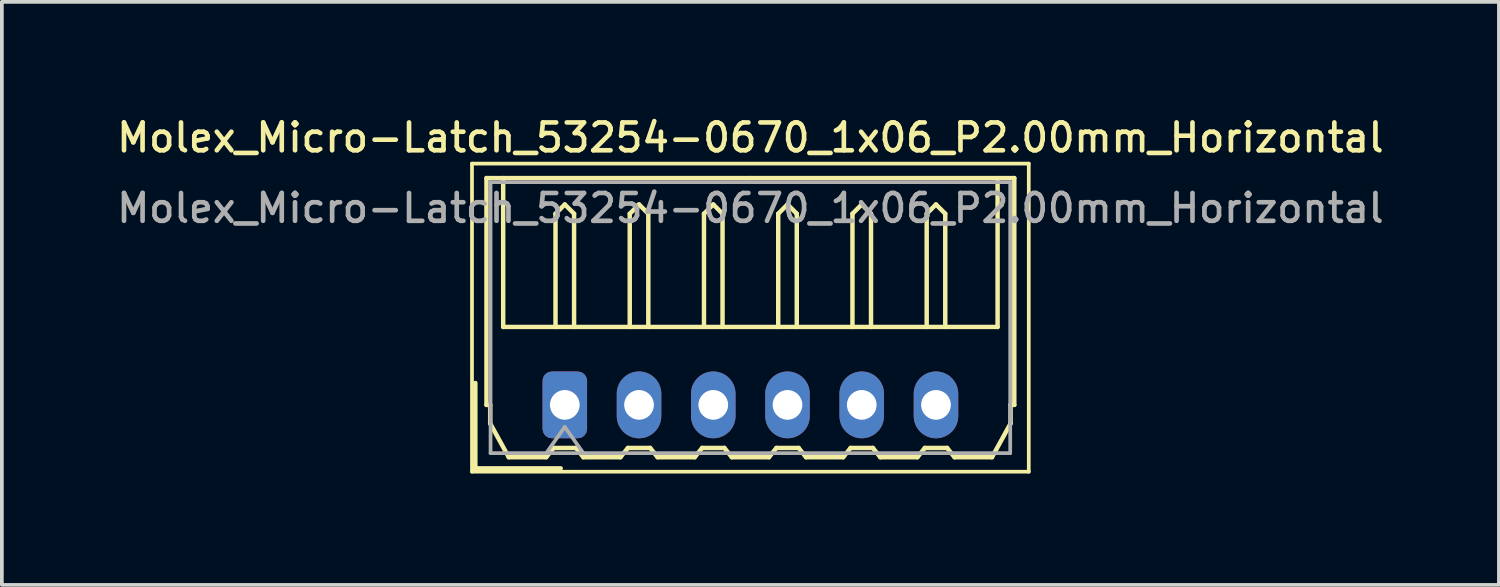
<source format=kicad_pcb>
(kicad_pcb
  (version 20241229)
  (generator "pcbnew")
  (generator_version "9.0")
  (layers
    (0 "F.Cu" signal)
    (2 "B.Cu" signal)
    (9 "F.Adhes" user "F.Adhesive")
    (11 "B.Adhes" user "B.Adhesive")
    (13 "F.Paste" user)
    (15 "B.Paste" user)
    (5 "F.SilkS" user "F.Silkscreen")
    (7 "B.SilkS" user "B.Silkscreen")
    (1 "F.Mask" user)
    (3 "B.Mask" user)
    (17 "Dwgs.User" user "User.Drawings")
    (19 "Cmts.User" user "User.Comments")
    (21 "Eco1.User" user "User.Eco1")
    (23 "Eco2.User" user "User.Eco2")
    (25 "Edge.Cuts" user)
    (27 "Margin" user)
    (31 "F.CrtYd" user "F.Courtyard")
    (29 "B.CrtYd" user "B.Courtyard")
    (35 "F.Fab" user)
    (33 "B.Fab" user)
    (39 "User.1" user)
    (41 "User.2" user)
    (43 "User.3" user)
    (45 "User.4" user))
  (footprint "Molex_Micro-Latch_53254-0670_1x06_P2.00mm_Horizontal"
    (layer "F.Cu")
    (at 12.166 7.858)
    (property "Reference" "Molex_Micro-Latch_53254-0670_1x06_P2.00mm_Horizontal" (at 5 -7.2 0) (layer "F.SilkS") (effects (font (size 0.75 0.75) (thickness 0.125))))
    (attr through_hole)
    (fp_line (start -2.5 -6.5) (end -2.5 1.8) (stroke (width 0.1) (type solid)) (layer "F.SilkS"))
    (fp_line (start -2.5 1.8) (end 12.5 1.8) (stroke (width 0.1) (type solid)) (layer "F.SilkS"))
    (fp_line (start -2.41 1.71) (end -2.41 -0.59) (stroke (width 0.12) (type solid)) (layer "F.SilkS"))
    (fp_line (start -2.11 -6.11) (end 5 -6.11) (stroke (width 0.12) (type solid)) (layer "F.SilkS"))
    (fp_line (start -2.11 0) (end -2.11 -6.11) (stroke (width 0.12) (type solid)) (layer "F.SilkS"))
    (fp_line (start -2.01 0) (end -2.11 0) (stroke (width 0.12) (type solid)) (layer "F.SilkS"))
    (fp_line (start -2.01 0.5) (end -2.01 0) (stroke (width 0.12) (type solid)) (layer "F.SilkS"))
    (fp_line (start -1.66 -6.11) (end -1.66 -2.1) (stroke (width 0.12) (type solid)) (layer "F.SilkS"))
    (fp_line (start -1.66 -2.1) (end 11.66 -2.1) (stroke (width 0.12) (type solid)) (layer "F.SilkS"))
    (fp_line (start -1.51 1.41) (end -2.01 0.5) (stroke (width 0.12) (type solid)) (layer "F.SilkS"))
    (fp_line (start -0.5 1.41) (end -1.51 1.41) (stroke (width 0.12) (type solid)) (layer "F.SilkS"))
    (fp_line (start -0.3 1.16) (end -0.5 1.41) (stroke (width 0.12) (type solid)) (layer "F.SilkS"))
    (fp_line (start -0.3 1.16) (end 0.3 1.16) (stroke (width 0.12) (type solid)) (layer "F.SilkS"))
    (fp_line (start -0.25 -5.15) (end 0 -5.4) (stroke (width 0.12) (type solid)) (layer "F.SilkS"))
    (fp_line (start -0.25 -2.1) (end -0.25 -5.15) (stroke (width 0.12) (type solid)) (layer "F.SilkS"))
    (fp_line (start -0.11 1.71) (end -2.41 1.71) (stroke (width 0.12) (type solid)) (layer "F.SilkS"))
    (fp_line (start 0 -5.4) (end 0.25 -5.15) (stroke (width 0.12) (type solid)) (layer "F.SilkS"))
    (fp_line (start 0.25 -5.15) (end 0.25 -2.1) (stroke (width 0.12) (type solid)) (layer "F.SilkS"))
    (fp_line (start 0.3 1.16) (end 0.5 1.41) (stroke (width 0.12) (type solid)) (layer "F.SilkS"))
    (fp_line (start 0.5 1.41) (end 1.5 1.41) (stroke (width 0.12) (type solid)) (layer "F.SilkS"))
    (fp_line (start 1.5 1.41) (end 1.7 1.16) (stroke (width 0.12) (type solid)) (layer "F.SilkS"))
    (fp_line (start 1.7 1.16) (end 2.3 1.16) (stroke (width 0.12) (type solid)) (layer "F.SilkS"))
    (fp_line (start 1.75 -5.15) (end 2 -5.4) (stroke (width 0.12) (type solid)) (layer "F.SilkS"))
    (fp_line (start 1.75 -2.1) (end 1.75 -5.15) (stroke (width 0.12) (type solid)) (layer "F.SilkS"))
    (fp_line (start 2 -5.4) (end 2.25 -5.15) (stroke (width 0.12) (type solid)) (layer "F.SilkS"))
    (fp_line (start 2.25 -5.15) (end 2.25 -2.1) (stroke (width 0.12) (type solid)) (layer "F.SilkS"))
    (fp_line (start 2.3 1.16) (end 2.5 1.41) (stroke (width 0.12) (type solid)) (layer "F.SilkS"))
    (fp_line (start 2.5 1.41) (end 3.5 1.41) (stroke (width 0.12) (type solid)) (layer "F.SilkS"))
    (fp_line (start 3.5 1.41) (end 3.7 1.16) (stroke (width 0.12) (type solid)) (layer "F.SilkS"))
    (fp_line (start 3.7 1.16) (end 4.3 1.16) (stroke (width 0.12) (type solid)) (layer "F.SilkS"))
    (fp_line (start 3.75 -5.15) (end 4 -5.4) (stroke (width 0.12) (type solid)) (layer "F.SilkS"))
    (fp_line (start 3.75 -2.1) (end 3.75 -5.15) (stroke (width 0.12) (type solid)) (layer "F.SilkS"))
    (fp_line (start 4 -5.4) (end 4.25 -5.15) (stroke (width 0.12) (type solid)) (layer "F.SilkS"))
    (fp_line (start 4.25 -5.15) (end 4.25 -2.1) (stroke (width 0.12) (type solid)) (layer "F.SilkS"))
    (fp_line (start 4.3 1.16) (end 4.5 1.41) (stroke (width 0.12) (type solid)) (layer "F.SilkS"))
    (fp_line (start 4.5 1.41) (end 5.5 1.41) (stroke (width 0.12) (type solid)) (layer "F.SilkS"))
    (fp_line (start 5.5 1.41) (end 5.7 1.16) (stroke (width 0.12) (type solid)) (layer "F.SilkS"))
    (fp_line (start 5.7 1.16) (end 6.3 1.16) (stroke (width 0.12) (type solid)) (layer "F.SilkS"))
    (fp_line (start 5.75 -5.15) (end 6 -5.4) (stroke (width 0.12) (type solid)) (layer "F.SilkS"))
    (fp_line (start 5.75 -2.1) (end 5.75 -5.15) (stroke (width 0.12) (type solid)) (layer "F.SilkS"))
    (fp_line (start 6 -5.4) (end 6.25 -5.15) (stroke (width 0.12) (type solid)) (layer "F.SilkS"))
    (fp_line (start 6.25 -5.15) (end 6.25 -2.1) (stroke (width 0.12) (type solid)) (layer "F.SilkS"))
    (fp_line (start 6.3 1.16) (end 6.5 1.41) (stroke (width 0.12) (type solid)) (layer "F.SilkS"))
    (fp_line (start 6.5 1.41) (end 7.5 1.41) (stroke (width 0.12) (type solid)) (layer "F.SilkS"))
    (fp_line (start 7.5 1.41) (end 7.7 1.16) (stroke (width 0.12) (type solid)) (layer "F.SilkS"))
    (fp_line (start 7.7 1.16) (end 8.3 1.16) (stroke (width 0.12) (type solid)) (layer "F.SilkS"))
    (fp_line (start 7.75 -5.15) (end 8 -5.4) (stroke (width 0.12) (type solid)) (layer "F.SilkS"))
    (fp_line (start 7.75 -2.1) (end 7.75 -5.15) (stroke (width 0.12) (type solid)) (layer "F.SilkS"))
    (fp_line (start 8 -5.4) (end 8.25 -5.15) (stroke (width 0.12) (type solid)) (layer "F.SilkS"))
    (fp_line (start 8.25 -5.15) (end 8.25 -2.1) (stroke (width 0.12) (type solid)) (layer "F.SilkS"))
    (fp_line (start 8.3 1.16) (end 8.5 1.41) (stroke (width 0.12) (type solid)) (layer "F.SilkS"))
    (fp_line (start 8.5 1.41) (end 9.5 1.41) (stroke (width 0.12) (type solid)) (layer "F.SilkS"))
    (fp_line (start 9.5 1.41) (end 9.7 1.16) (stroke (width 0.12) (type solid)) (layer "F.SilkS"))
    (fp_line (start 9.7 1.16) (end 10.3 1.16) (stroke (width 0.12) (type solid)) (layer "F.SilkS"))
    (fp_line (start 9.75 -5.15) (end 10 -5.4) (stroke (width 0.12) (type solid)) (layer "F.SilkS"))
    (fp_line (start 9.75 -2.1) (end 9.75 -5.15) (stroke (width 0.12) (type solid)) (layer "F.SilkS"))
    (fp_line (start 10 -5.4) (end 10.25 -5.15) (stroke (width 0.12) (type solid)) (layer "F.SilkS"))
    (fp_line (start 10.25 -5.15) (end 10.25 -2.1) (stroke (width 0.12) (type solid)) (layer "F.SilkS"))
    (fp_line (start 10.3 1.16) (end 10.5 1.41) (stroke (width 0.12) (type solid)) (layer "F.SilkS"))
    (fp_line (start 10.5 1.41) (end 11.51 1.41) (stroke (width 0.12) (type solid)) (layer "F.SilkS"))
    (fp_line (start 11.51 1.41) (end 12.01 0.5) (stroke (width 0.12) (type solid)) (layer "F.SilkS"))
    (fp_line (start 11.66 -2.1) (end 11.66 -6.11) (stroke (width 0.12) (type solid)) (layer "F.SilkS"))
    (fp_line (start 12.01 0) (end 12.11 0) (stroke (width 0.12) (type solid)) (layer "F.SilkS"))
    (fp_line (start 12.01 0.5) (end 12.01 0) (stroke (width 0.12) (type solid)) (layer "F.SilkS"))
    (fp_line (start 12.11 -6.11) (end 5 -6.11) (stroke (width 0.12) (type solid)) (layer "F.SilkS"))
    (fp_line (start 12.11 0) (end 12.11 -6.11) (stroke (width 0.12) (type solid)) (layer "F.SilkS"))
    (fp_line (start 12.5 -6.5) (end -2.5 -6.5) (stroke (width 0.1) (type solid)) (layer "F.SilkS"))
    (fp_line (start 12.5 1.8) (end 12.5 -6.5) (stroke (width 0.1) (type solid)) (layer "F.SilkS"))
    (fp_line (start -2 -6) (end -2 1.3) (stroke (width 0.1) (type solid)) (layer "F.Fab"))
    (fp_line (start -2 1.3) (end 12 1.3) (stroke (width 0.1) (type solid)) (layer "F.Fab"))
    (fp_line (start -0.5 1.3) (end 0 0.593) (stroke (width 0.1) (type solid)) (layer "F.Fab"))
    (fp_line (start 0 0.593) (end 0.5 1.3) (stroke (width 0.1) (type solid)) (layer "F.Fab"))
    (fp_line (start 12 -6) (end -2 -6) (stroke (width 0.1) (type solid)) (layer "F.Fab"))
    (fp_line (start 12 1.3) (end 12 -6) (stroke (width 0.1) (type solid)) (layer "F.Fab"))
    (fp_text user "${REFERENCE}" (at 5 -5.3 0) (layer "F.Fab") (effects (font (size 0.75 0.75) (thickness 0.125))))
    (pad "1" thru_hole roundrect (at 0 0) (size 1.2 1.8) (drill 0.8) (layers "*.Cu" "*.Mask") (roundrect_rratio 0.208))
    (pad "2" thru_hole oval (at 2 0) (size 1.2 1.8) (drill 0.8) (layers "*.Cu" "*.Mask"))
    (pad "3" thru_hole oval (at 4 0) (size 1.2 1.8) (drill 0.8) (layers "*.Cu" "*.Mask"))
    (pad "4" thru_hole oval (at 6 0) (size 1.2 1.8) (drill 0.8) (layers "*.Cu" "*.Mask"))
    (pad "5" thru_hole oval (at 8 0) (size 1.2 1.8) (drill 0.8) (layers "*.Cu" "*.Mask"))
    (pad "6" thru_hole oval (at 10 0) (size 1.2 1.8) (drill 0.8) (layers "*.Cu" "*.Mask")))
  (gr_rect
    (start -3 -3)
    (end 37.332 12.708)
    (stroke (width 0.1) (type default))
    (fill no)
    (layer "Edge.Cuts")))
</source>
